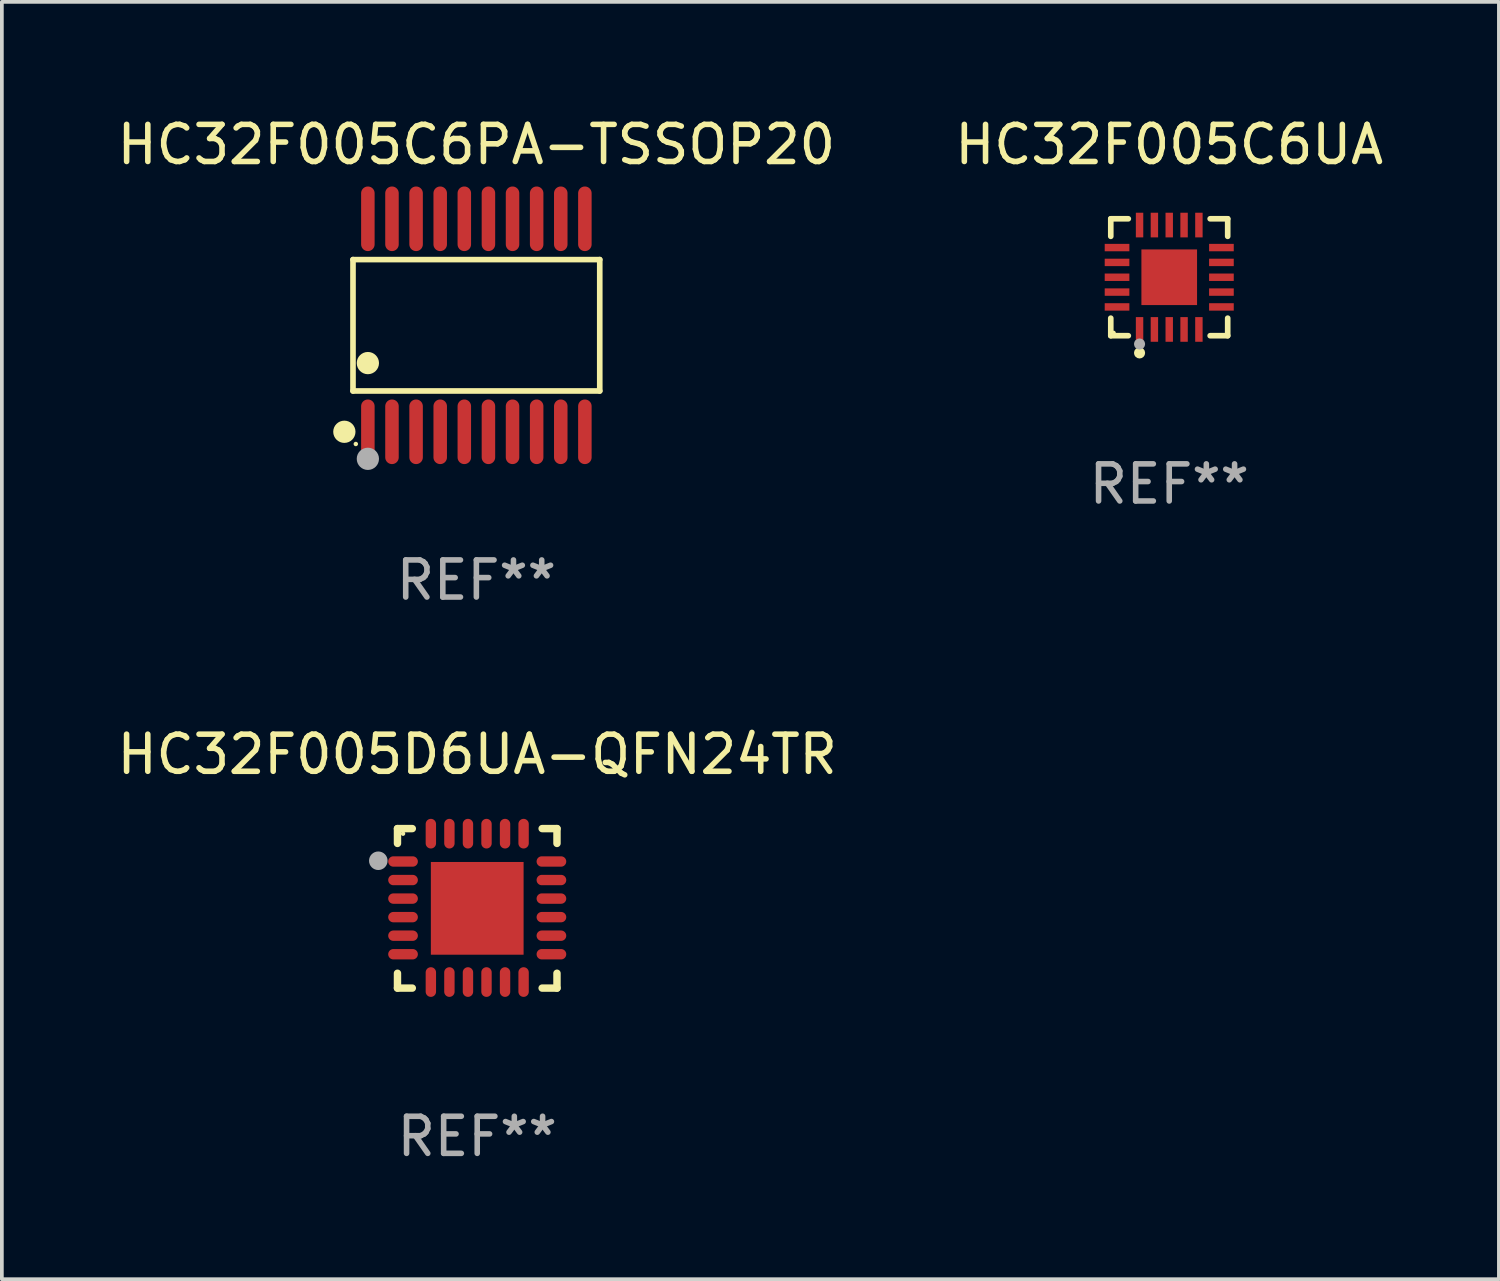
<source format=kicad_pcb>
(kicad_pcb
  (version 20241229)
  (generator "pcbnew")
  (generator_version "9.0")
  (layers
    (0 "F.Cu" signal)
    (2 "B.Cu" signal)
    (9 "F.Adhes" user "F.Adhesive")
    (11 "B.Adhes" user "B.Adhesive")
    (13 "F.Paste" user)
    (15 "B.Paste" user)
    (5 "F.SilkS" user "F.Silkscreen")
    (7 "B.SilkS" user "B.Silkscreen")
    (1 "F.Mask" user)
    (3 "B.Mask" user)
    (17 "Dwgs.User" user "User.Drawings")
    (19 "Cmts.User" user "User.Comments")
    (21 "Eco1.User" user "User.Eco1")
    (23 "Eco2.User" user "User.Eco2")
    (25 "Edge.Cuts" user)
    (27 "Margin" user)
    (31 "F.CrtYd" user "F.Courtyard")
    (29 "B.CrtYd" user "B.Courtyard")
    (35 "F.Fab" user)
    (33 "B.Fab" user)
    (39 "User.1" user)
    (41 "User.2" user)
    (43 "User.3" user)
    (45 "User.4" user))
  (footprint "HC32F005C6PA-TSSOP20"
    (layer "F.Cu")
    (at 9.792 5.719)
    (property "Reference" "HC32F005C6PA-TSSOP20" (at 0 -4.871 0) (layer "F.SilkS") (effects (font (size 1 1) (thickness 0.15))))
    (attr through_hole)
    (fp_line (start -3.326 -1.771) (end 3.326 -1.771) (stroke (width 0.152) (type solid)) (layer "F.SilkS"))
    (fp_line (start -3.326 1.771) (end -3.326 -1.771) (stroke (width 0.152) (type solid)) (layer "F.SilkS"))
    (fp_line (start 3.326 -1.771) (end 3.326 1.771) (stroke (width 0.152) (type solid)) (layer "F.SilkS"))
    (fp_line (start 3.326 1.771) (end -3.326 1.771) (stroke (width 0.152) (type solid)) (layer "F.SilkS"))
    (fp_circle (center -3.559 2.871) (end -3.409 2.871) (stroke (width 0.3) (type solid)) (fill no) (layer "F.SilkS"))
    (fp_circle (center -3.25 3.2) (end -3.22 3.2) (stroke (width 0.06) (type solid)) (fill no) (layer "F.SilkS"))
    (fp_circle (center -2.925 1.019) (end -2.775 1.019) (stroke (width 0.3) (type solid)) (fill no) (layer "F.SilkS"))
    (fp_circle (center -2.925 3.6) (end -2.775 3.6) (stroke (width 0.3) (type solid)) (fill no) (layer "F.Fab"))
    (fp_text user "REF**" (at 0 6.871 0) (layer "F.Fab") (effects (font (size 1 1) (thickness 0.15))))
    (pad "1" smd oval (at -2.925 2.871) (size 0.364 1.742) (layers "F.Cu" "F.Mask" "F.Paste"))
    (pad "2" smd oval (at -2.275 2.871) (size 0.364 1.742) (layers "F.Cu" "F.Mask" "F.Paste"))
    (pad "3" smd oval (at -1.625 2.871) (size 0.364 1.742) (layers "F.Cu" "F.Mask" "F.Paste"))
    (pad "4" smd oval (at -0.975 2.871) (size 0.364 1.742) (layers "F.Cu" "F.Mask" "F.Paste"))
    (pad "5" smd oval (at -0.325 2.871) (size 0.364 1.742) (layers "F.Cu" "F.Mask" "F.Paste"))
    (pad "6" smd oval (at 0.325 2.871) (size 0.364 1.742) (layers "F.Cu" "F.Mask" "F.Paste"))
    (pad "7" smd oval (at 0.975 2.871) (size 0.364 1.742) (layers "F.Cu" "F.Mask" "F.Paste"))
    (pad "8" smd oval (at 1.625 2.871) (size 0.364 1.742) (layers "F.Cu" "F.Mask" "F.Paste"))
    (pad "9" smd oval (at 2.275 2.871) (size 0.364 1.742) (layers "F.Cu" "F.Mask" "F.Paste"))
    (pad "10" smd oval (at 2.925 2.871) (size 0.364 1.742) (layers "F.Cu" "F.Mask" "F.Paste"))
    (pad "11" smd oval (at 2.925 -2.871) (size 0.364 1.742) (layers "F.Cu" "F.Mask" "F.Paste"))
    (pad "12" smd oval (at 2.275 -2.871) (size 0.364 1.742) (layers "F.Cu" "F.Mask" "F.Paste"))
    (pad "13" smd oval (at 1.625 -2.871) (size 0.364 1.742) (layers "F.Cu" "F.Mask" "F.Paste"))
    (pad "14" smd oval (at 0.975 -2.871) (size 0.364 1.742) (layers "F.Cu" "F.Mask" "F.Paste"))
    (pad "15" smd oval (at 0.325 -2.871) (size 0.364 1.742) (layers "F.Cu" "F.Mask" "F.Paste"))
    (pad "16" smd oval (at -0.325 -2.871) (size 0.364 1.742) (layers "F.Cu" "F.Mask" "F.Paste"))
    (pad "17" smd oval (at -0.975 -2.871) (size 0.364 1.742) (layers "F.Cu" "F.Mask" "F.Paste"))
    (pad "18" smd oval (at -1.625 -2.871) (size 0.364 1.742) (layers "F.Cu" "F.Mask" "F.Paste"))
    (pad "19" smd oval (at -2.275 -2.871) (size 0.364 1.742) (layers "F.Cu" "F.Mask" "F.Paste"))
    (pad "20" smd oval (at -2.925 -2.871) (size 0.364 1.742) (layers "F.Cu" "F.Mask" "F.Paste")))
  (footprint "HC32F005D6UA-QFN24TR"
    (layer "F.Cu")
    (at 9.815 21.437)
    (property "Reference" "HC32F005D6UA-QFN24TR" (at 0 -4.15 0) (layer "F.SilkS") (effects (font (size 1 1) (thickness 0.15))))
    (attr through_hole)
    (fp_line (start -2.15 -2.15) (end -1.75 -2.15) (stroke (width 0.2) (type solid)) (layer "F.SilkS"))
    (fp_line (start -2.15 -1.75) (end -2.15 -2.15) (stroke (width 0.2) (type solid)) (layer "F.SilkS"))
    (fp_line (start -2.15 2.15) (end -2.15 1.75) (stroke (width 0.2) (type solid)) (layer "F.SilkS"))
    (fp_line (start -1.75 2.15) (end -2.15 2.15) (stroke (width 0.2) (type solid)) (layer "F.SilkS"))
    (fp_line (start 1.75 -2.15) (end 2.15 -2.15) (stroke (width 0.2) (type solid)) (layer "F.SilkS"))
    (fp_line (start 1.75 2.15) (end 2.15 2.15) (stroke (width 0.2) (type solid)) (layer "F.SilkS"))
    (fp_line (start 2.15 -2.15) (end 2.15 -1.75) (stroke (width 0.2) (type solid)) (layer "F.SilkS"))
    (fp_line (start 2.15 2.15) (end 2.15 1.75) (stroke (width 0.2) (type solid)) (layer "F.SilkS"))
    (fp_circle (center -2 -2.013) (end -1.97 -2.013) (stroke (width 0.06) (type solid)) (fill no) (layer "F.SilkS"))
    (fp_circle (center -2.667 -1.283) (end -2.542 -1.283) (stroke (width 0.25) (type solid)) (fill no) (layer "F.Fab"))
    (fp_text user "REF**" (at 0 6.15 0) (layer "F.Fab") (effects (font (size 1 1) (thickness 0.15))))
    (pad "1" smd oval (at -2 -1.263) (size 0.8 0.28) (layers "F.Cu" "F.Mask" "F.Paste"))
    (pad "2" smd oval (at -2 -0.763) (size 0.8 0.28) (layers "F.Cu" "F.Mask" "F.Paste"))
    (pad "3" smd oval (at -2 -0.263) (size 0.8 0.28) (layers "F.Cu" "F.Mask" "F.Paste"))
    (pad "4" smd oval (at -2 0.237) (size 0.8 0.28) (layers "F.Cu" "F.Mask" "F.Paste"))
    (pad "5" smd oval (at -2 0.737) (size 0.8 0.28) (layers "F.Cu" "F.Mask" "F.Paste"))
    (pad "6" smd oval (at -2 1.237) (size 0.8 0.28) (layers "F.Cu" "F.Mask" "F.Paste"))
    (pad "7" smd oval (at -1.25 1.987) (size 0.28 0.8) (layers "F.Cu" "F.Mask" "F.Paste"))
    (pad "8" smd oval (at -0.75 1.987) (size 0.28 0.8) (layers "F.Cu" "F.Mask" "F.Paste"))
    (pad "9" smd oval (at -0.25 1.987) (size 0.28 0.8) (layers "F.Cu" "F.Mask" "F.Paste"))
    (pad "10" smd oval (at 0.25 1.987) (size 0.28 0.8) (layers "F.Cu" "F.Mask" "F.Paste"))
    (pad "11" smd oval (at 0.75 1.987) (size 0.28 0.8) (layers "F.Cu" "F.Mask" "F.Paste"))
    (pad "12" smd oval (at 1.25 1.987) (size 0.28 0.8) (layers "F.Cu" "F.Mask" "F.Paste"))
    (pad "13" smd oval (at 2 1.237) (size 0.8 0.28) (layers "F.Cu" "F.Mask" "F.Paste"))
    (pad "14" smd oval (at 2 0.737) (size 0.8 0.28) (layers "F.Cu" "F.Mask" "F.Paste"))
    (pad "15" smd oval (at 2 0.237) (size 0.8 0.28) (layers "F.Cu" "F.Mask" "F.Paste"))
    (pad "16" smd oval (at 2 -0.263) (size 0.8 0.28) (layers "F.Cu" "F.Mask" "F.Paste"))
    (pad "17" smd oval (at 2 -0.763) (size 0.8 0.28) (layers "F.Cu" "F.Mask" "F.Paste"))
    (pad "18" smd oval (at 2 -1.263) (size 0.8 0.28) (layers "F.Cu" "F.Mask" "F.Paste"))
    (pad "19" smd oval (at 1.25 -2.013) (size 0.28 0.8) (layers "F.Cu" "F.Mask" "F.Paste"))
    (pad "20" smd oval (at 0.75 -2.013) (size 0.28 0.8) (layers "F.Cu" "F.Mask" "F.Paste"))
    (pad "21" smd oval (at 0.25 -2.013) (size 0.28 0.8) (layers "F.Cu" "F.Mask" "F.Paste"))
    (pad "22" smd oval (at -0.25 -2.013) (size 0.28 0.8) (layers "F.Cu" "F.Mask" "F.Paste"))
    (pad "23" smd oval (at -0.75 -2.013) (size 0.28 0.8) (layers "F.Cu" "F.Mask" "F.Paste"))
    (pad "24" smd oval (at -1.25 -2.013) (size 0.28 0.8) (layers "F.Cu" "F.Mask" "F.Paste"))
    (pad "25" smd rect (at -0.000127 -0.00014) (size 2.5 2.5) (layers "F.Cu" "F.Mask" "F.Paste")))
  (footprint "HC32F005C6UA"
    (layer "F.Cu")
    (at 28.47 4.424)
    (property "Reference" "HC32F005C6UA" (at 0 -3.576 0) (layer "F.SilkS") (effects (font (size 1 1) (thickness 0.15))))
    (attr through_hole)
    (fp_line (start -1.576 -1.576) (end -1.103 -1.576) (stroke (width 0.152) (type solid)) (layer "F.SilkS"))
    (fp_line (start -1.576 -1.103) (end -1.576 -1.576) (stroke (width 0.152) (type solid)) (layer "F.SilkS"))
    (fp_line (start -1.576 1.103) (end -1.576 1.576) (stroke (width 0.152) (type solid)) (layer "F.SilkS"))
    (fp_line (start -1.576 1.576) (end -1.103 1.576) (stroke (width 0.152) (type solid)) (layer "F.SilkS"))
    (fp_line (start 1.576 -1.576) (end 1.103 -1.576) (stroke (width 0.152) (type solid)) (layer "F.SilkS"))
    (fp_line (start 1.576 -1.103) (end 1.576 -1.576) (stroke (width 0.152) (type solid)) (layer "F.SilkS"))
    (fp_line (start 1.576 1.103) (end 1.576 1.576) (stroke (width 0.152) (type solid)) (layer "F.SilkS"))
    (fp_line (start 1.576 1.576) (end 1.103 1.576) (stroke (width 0.152) (type solid)) (layer "F.SilkS"))
    (fp_circle (center -1.5 1.5) (end -1.47 1.5) (stroke (width 0.06) (type solid)) (fill no) (layer "F.SilkS"))
    (fp_circle (center -0.8 2.04) (end -0.725 2.04) (stroke (width 0.15) (type solid)) (fill no) (layer "F.SilkS"))
    (fp_circle (center -0.8 1.8) (end -0.725 1.8) (stroke (width 0.15) (type solid)) (fill no) (layer "F.Fab"))
    (fp_text user "REF**" (at 0 5.576 0) (layer "F.Fab") (effects (font (size 1 1) (thickness 0.15))))
    (pad "1" smd rect (at -0.8 1.407) (size 0.2 0.665) (layers "F.Cu" "F.Mask" "F.Paste"))
    (pad "2" smd rect (at -0.4 1.407) (size 0.2 0.665) (layers "F.Cu" "F.Mask" "F.Paste"))
    (pad "3" smd rect (at 0 1.407) (size 0.2 0.665) (layers "F.Cu" "F.Mask" "F.Paste"))
    (pad "4" smd rect (at 0.4 1.407) (size 0.2 0.665) (layers "F.Cu" "F.Mask" "F.Paste"))
    (pad "5" smd rect (at 0.8 1.407) (size 0.2 0.665) (layers "F.Cu" "F.Mask" "F.Paste"))
    (pad "6" smd rect (at 1.407 0.8) (size 0.665 0.2) (layers "F.Cu" "F.Mask" "F.Paste"))
    (pad "7" smd rect (at 1.407 0.4) (size 0.665 0.2) (layers "F.Cu" "F.Mask" "F.Paste"))
    (pad "8" smd rect (at 1.407 0) (size 0.665 0.2) (layers "F.Cu" "F.Mask" "F.Paste"))
    (pad "9" smd rect (at 1.407 -0.4) (size 0.665 0.2) (layers "F.Cu" "F.Mask" "F.Paste"))
    (pad "10" smd rect (at 1.407 -0.8) (size 0.665 0.2) (layers "F.Cu" "F.Mask" "F.Paste"))
    (pad "11" smd rect (at 0.8 -1.407) (size 0.2 0.665) (layers "F.Cu" "F.Mask" "F.Paste"))
    (pad "12" smd rect (at 0.4 -1.407) (size 0.2 0.665) (layers "F.Cu" "F.Mask" "F.Paste"))
    (pad "13" smd rect (at 0 -1.407) (size 0.2 0.665) (layers "F.Cu" "F.Mask" "F.Paste"))
    (pad "14" smd rect (at -0.4 -1.407) (size 0.2 0.665) (layers "F.Cu" "F.Mask" "F.Paste"))
    (pad "15" smd rect (at -0.8 -1.407) (size 0.2 0.665) (layers "F.Cu" "F.Mask" "F.Paste"))
    (pad "16" smd rect (at -1.407 -0.8) (size 0.665 0.2) (layers "F.Cu" "F.Mask" "F.Paste"))
    (pad "17" smd rect (at -1.407 -0.4) (size 0.665 0.2) (layers "F.Cu" "F.Mask" "F.Paste"))
    (pad "18" smd rect (at -1.407 0) (size 0.665 0.2) (layers "F.Cu" "F.Mask" "F.Paste"))
    (pad "19" smd rect (at -1.407 0.4) (size 0.665 0.2) (layers "F.Cu" "F.Mask" "F.Paste"))
    (pad "20" smd rect (at -1.407 0.8) (size 0.665 0.2) (layers "F.Cu" "F.Mask" "F.Paste"))
    (pad "21" smd rect (at 0 0) (size 1.5 1.5) (layers "F.Cu" "F.Mask" "F.Paste")))
  (gr_rect
    (start -3 -3)
    (end 37.357 31.435)
    (stroke (width 0.1) (type default))
    (fill no)
    (layer "Edge.Cuts")))
</source>
